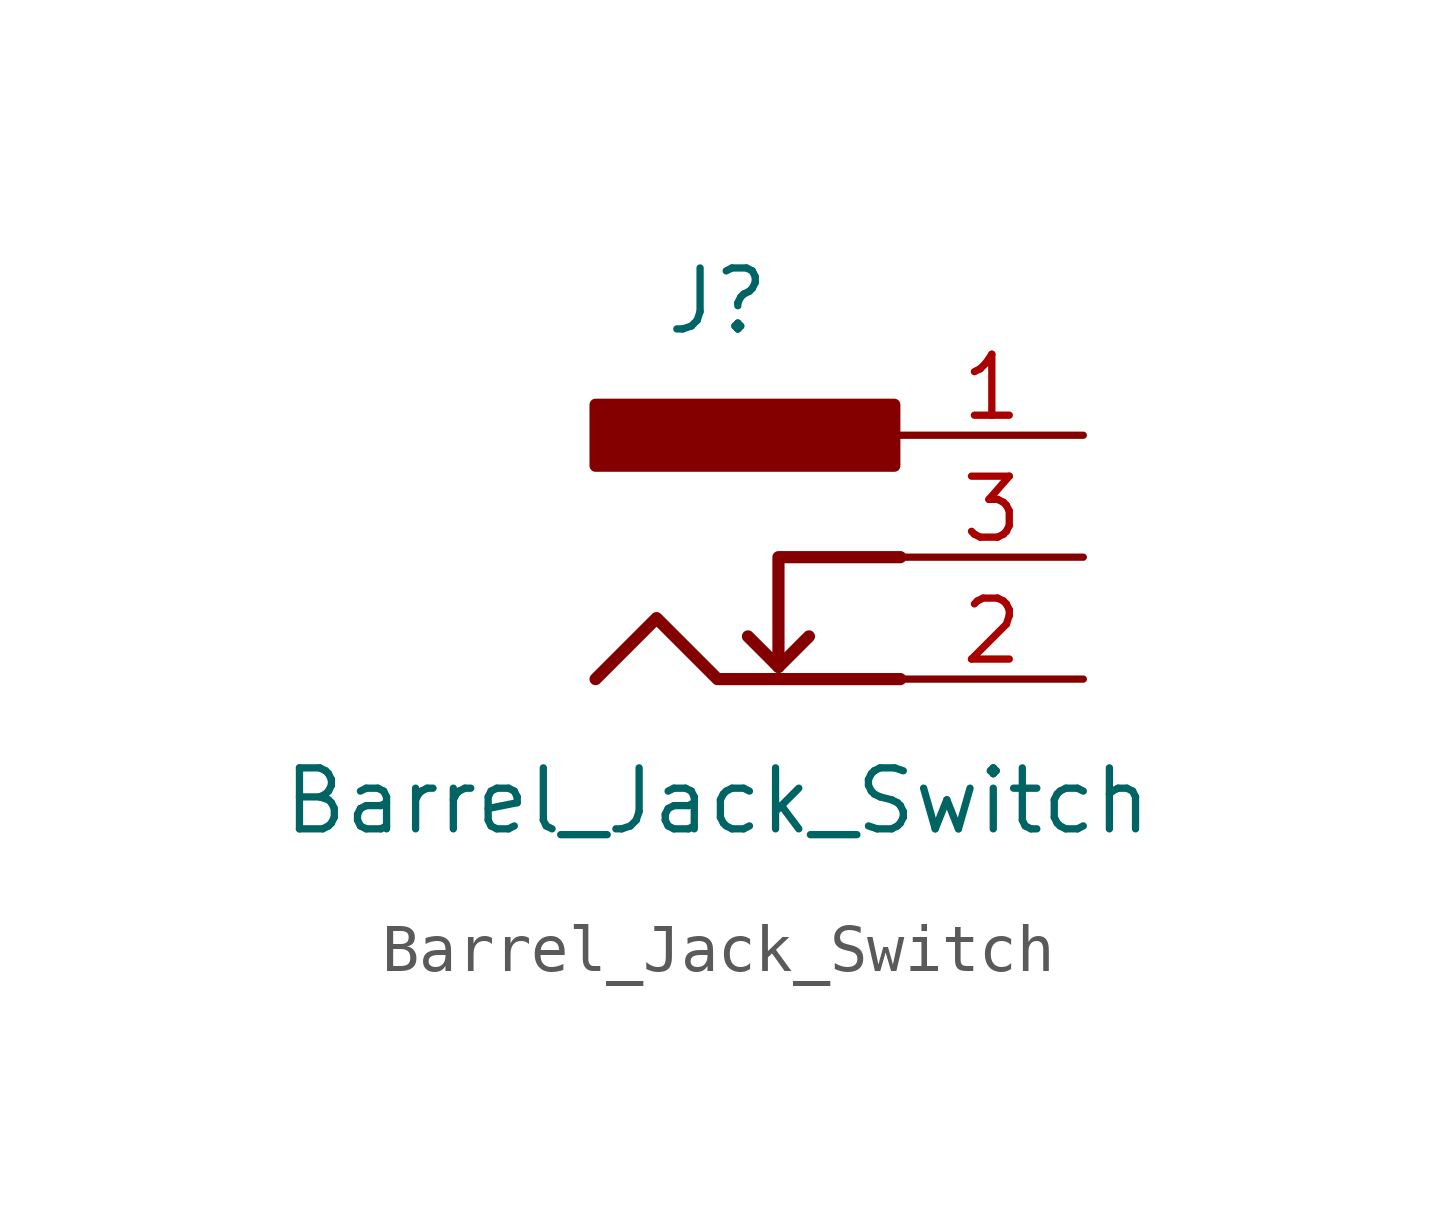
<source format=kicad_sym>
(kicad_symbol_lib
  (version 20211014)
  (generator kicad_symbol_editor)
  (symbol "Barrel_Jack_Switch"
    (pin_names hide)
    (property "Reference" "J"
      (at -2.54 5.334 0)
      (effects (font (size 1.27 1.27))))
    (property "Value" "Barrel_Jack_Switch"
      (at -2.54 -5.08 0)
      (effects (font (size 1.27 1.27))))
    (symbol "Barrel_Jack_Switch_0_1"
      (rectangle (start -5.08 3.175) (end 1.143 1.905) (stroke (width 0.254) (type default) (color 0 0 0 0)) (fill (type outline)))
      (polyline (pts (xy -1.27 -2.286) (xy -0.635 -1.651)) (stroke (width 0.254) (type default) (color 0 0 0 0)) (fill (type none)))
      (polyline (pts (xy 1.27 0) (xy -1.27 0) (xy -1.27 -2.286) (xy -1.905 -1.651)) (stroke (width 0.254) (type default) (color 0 0 0 0)) (fill (type none)))
      (polyline (pts (xy -5.08 -2.54) (xy -5.08 -2.54) (xy -3.81 -1.27) (xy -2.54 -2.54) (xy 0 -2.54) (xy 1.27 -2.54)) (stroke (width 0.254) (type default) (color 0 0 0 0)) (fill (type none))))
    (symbol "Barrel_Jack_Switch_1_1"
      (pin passive line (at 5.08 2.54 180) (length 3.81) (name "~" (effects (font (size 1.27 1.27)))) (number "1" (effects (font (size 1.27 1.27)))))
      (pin passive line (at 5.08 -2.54 180) (length 3.81) (name "~" (effects (font (size 1.27 1.27)))) (number "2" (effects (font (size 1.27 1.27)))))
      (pin passive line (at 5.08 0 180) (length 3.81) (name "~" (effects (font (size 1.27 1.27)))) (number "3" (effects (font (size 1.27 1.27))))))))
</source>
